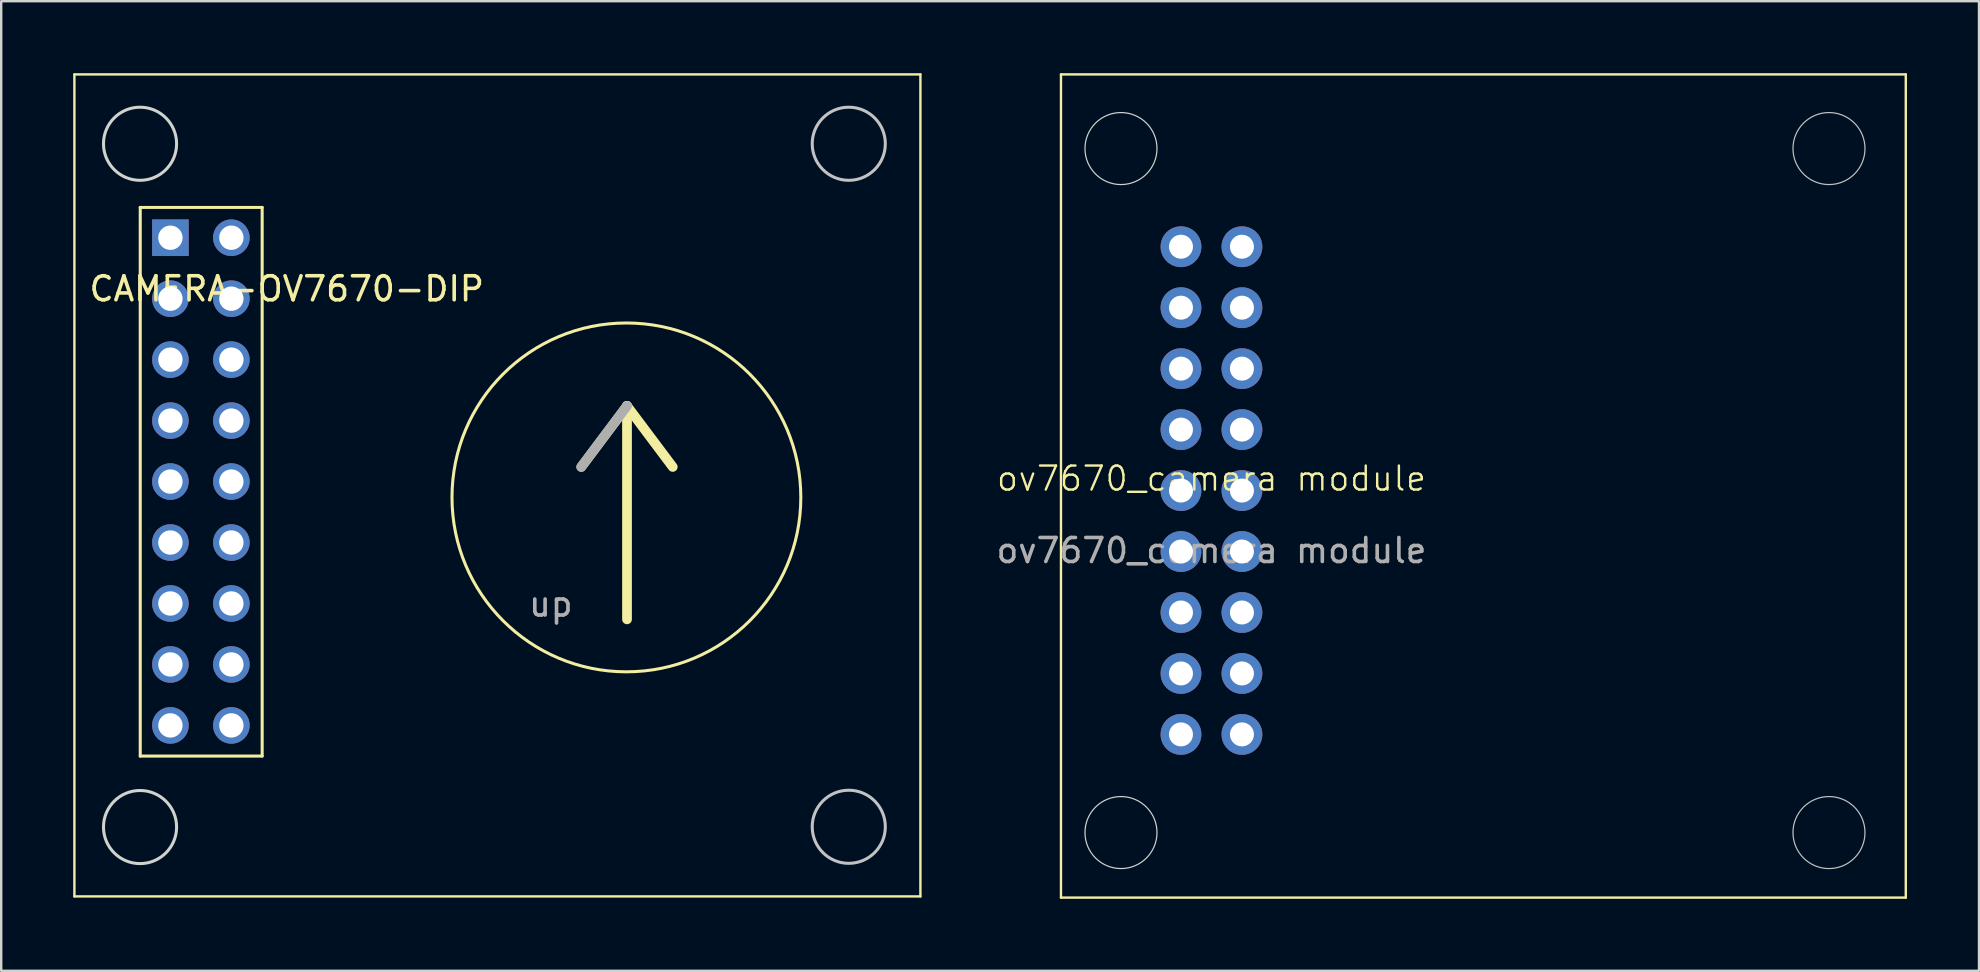
<source format=kicad_pcb>
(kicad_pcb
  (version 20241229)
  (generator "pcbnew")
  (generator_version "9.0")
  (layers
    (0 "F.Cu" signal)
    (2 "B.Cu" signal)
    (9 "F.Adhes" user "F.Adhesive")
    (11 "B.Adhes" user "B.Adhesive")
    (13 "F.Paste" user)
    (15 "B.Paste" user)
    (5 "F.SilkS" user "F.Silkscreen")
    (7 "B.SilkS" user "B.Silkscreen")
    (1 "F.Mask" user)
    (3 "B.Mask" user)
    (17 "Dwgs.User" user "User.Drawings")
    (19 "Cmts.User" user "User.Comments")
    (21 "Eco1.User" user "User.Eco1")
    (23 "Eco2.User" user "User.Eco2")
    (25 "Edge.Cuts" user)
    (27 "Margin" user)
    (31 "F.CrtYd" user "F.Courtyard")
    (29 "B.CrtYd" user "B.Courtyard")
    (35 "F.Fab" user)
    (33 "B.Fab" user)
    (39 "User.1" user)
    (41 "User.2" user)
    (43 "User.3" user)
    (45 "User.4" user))
  (footprint "CAMERA-OV7670-DIP"
    (layer "F.Cu")
    (at 17.55 17.175)
    (property "Reference" "CAMERA-OV7670-DIP" (at -8.652 -8.19 180) (layer "F.SilkS") (effects (font (size 1 1) (thickness 0.15))))
    (attr through_hole)
    (fp_line (start -17.5 -17.125) (end -17.5 17.125) (stroke (width 0.1) (type default)) (layer "F.SilkS"))
    (fp_line (start -17.5 -17.125) (end 17.75 -17.125) (stroke (width 0.1) (type default)) (layer "F.SilkS"))
    (fp_line (start -17.5 17.125) (end 17.75 17.125) (stroke (width 0.1) (type default)) (layer "F.SilkS"))
    (fp_line (start -14.757 -11.582) (end -14.757 11.278) (stroke (width 0.127) (type solid)) (layer "F.SilkS"))
    (fp_line (start -14.757 -11.582) (end -9.677 -11.582) (stroke (width 0.127) (type solid)) (layer "F.SilkS"))
    (fp_line (start -14.757 11.278) (end -9.677 11.278) (stroke (width 0.127) (type solid)) (layer "F.SilkS"))
    (fp_line (start -9.677 -11.582) (end -9.677 11.278) (stroke (width 0.127) (type solid)) (layer "F.SilkS"))
    (fp_line (start 3.62 -0.77) (end 5.525 -3.31) (stroke (width 0.406) (type solid)) (layer "F.SilkS"))
    (fp_line (start 5.525 -3.31) (end 7.43 -0.77) (stroke (width 0.406) (type solid)) (layer "F.SilkS"))
    (fp_line (start 5.525 5.58) (end 5.525 -3.31) (stroke (width 0.406) (type solid)) (layer "F.SilkS"))
    (fp_line (start 17.75 17.125) (end 17.75 -17.125) (stroke (width 0.1) (type default)) (layer "F.SilkS"))
    (fp_circle (center 5.5 0.5) (end 12.75 0) (stroke (width 0.127) (type solid)) (fill no) (layer "F.SilkS"))
    (fp_circle (center 14.765 -14.235) (end 16.288 -14.235) (stroke (width 0.127) (type solid)) (fill no) (layer "Dwgs.User"))
    (fp_circle (center 14.765 14.224) (end 16.288 14.224) (stroke (width 0.127) (type solid)) (fill no) (layer "Dwgs.User"))
    (fp_circle (center -14.765 -14.235) (end -13.242 -14.235) (stroke (width 0.127) (type solid)) (fill no) (layer "Edge.Cuts"))
    (fp_circle (center -14.765 14.235) (end -13.242 14.235) (stroke (width 0.127) (type solid)) (fill no) (layer "Edge.Cuts"))
    (fp_line (start 5.525 -3.31) (end 3.62 -0.77) (stroke (width 0.406) (type solid)) (layer "F.Fab"))
    (fp_text user "up" (at 2.35 4.945 0) (layer "F.Fab") (effects (font (size 1 1) (thickness 0.15))))
    (pad "1" thru_hole circle (at -13.5 10) (size 1.524 1.524) (drill 1.016) (layers "*.Cu" "*.Mask"))
    (pad "2" thru_hole circle (at -13.5 7.46) (size 1.524 1.524) (drill 1.016) (layers "*.Cu" "*.Mask"))
    (pad "3" thru_hole circle (at -13.5 4.92) (size 1.524 1.524) (drill 1.016) (layers "*.Cu" "*.Mask"))
    (pad "4" thru_hole circle (at -13.5 2.38) (size 1.524 1.524) (drill 1.016) (layers "*.Cu" "*.Mask"))
    (pad "5" thru_hole circle (at -13.5 -0.16) (size 1.524 1.524) (drill 1.016) (layers "*.Cu" "*.Mask"))
    (pad "6" thru_hole circle (at -13.5 -2.7) (size 1.524 1.524) (drill 1.016) (layers "*.Cu" "*.Mask"))
    (pad "7" thru_hole circle (at -13.5 -5.24) (size 1.524 1.524) (drill 1.016) (layers "*.Cu" "*.Mask"))
    (pad "8" thru_hole circle (at -13.5 -7.78) (size 1.524 1.524) (drill 1.016) (layers "*.Cu" "*.Mask"))
    (pad "9" thru_hole rect (at -13.5 -10.32) (size 1.524 1.524) (drill 1.016) (layers "*.Cu" "*.Mask"))
    (pad "10" thru_hole circle (at -10.96 -10.32) (size 1.524 1.524) (drill 1.016) (layers "*.Cu" "*.Mask"))
    (pad "11" thru_hole circle (at -10.96 -7.78) (size 1.524 1.524) (drill 1.016) (layers "*.Cu" "*.Mask"))
    (pad "12" thru_hole circle (at -10.96 -5.24) (size 1.524 1.524) (drill 1.016) (layers "*.Cu" "*.Mask"))
    (pad "13" thru_hole circle (at -10.96 -2.7) (size 1.524 1.524) (drill 1.016) (layers "*.Cu" "*.Mask"))
    (pad "14" thru_hole circle (at -10.96 -0.16) (size 1.524 1.524) (drill 1.016) (layers "*.Cu" "*.Mask"))
    (pad "15" thru_hole circle (at -10.96 2.38) (size 1.524 1.524) (drill 1.016) (layers "*.Cu" "*.Mask"))
    (pad "16" thru_hole circle (at -10.96 4.92) (size 1.524 1.524) (drill 1.016) (layers "*.Cu" "*.Mask"))
    (pad "17" thru_hole circle (at -10.96 7.46) (size 1.524 1.524) (drill 1.016) (layers "*.Cu" "*.Mask"))
    (pad "18" thru_hole circle (at -10.96 10) (size 1.524 1.524) (drill 1.016) (layers "*.Cu" "*.Mask")))
  (footprint "ov7670_camera module"
    (layer "F.Cu")
    (at 47.427 17.39)
    (property "Reference" "ov7670_camera module" (at 0 -0.5 0) (unlocked yes) (layer "F.SilkS") (effects (font (size 1 1) (thickness 0.1))))
    (attr smd)
    (fp_line (start -6.27 16.96) (end -6.27 -17.34) (stroke (width 0.1) (type default)) (layer "F.SilkS"))
    (fp_line (start -6.27 16.96) (end 28.93 16.96) (stroke (width 0.1) (type default)) (layer "F.SilkS"))
    (fp_line (start 28.93 -17.34) (end -6.27 -17.34) (stroke (width 0.1) (type default)) (layer "F.SilkS"))
    (fp_line (start 28.93 16.96) (end 28.93 -17.34) (stroke (width 0.1) (type default)) (layer "F.SilkS"))
    (fp_circle (center 25.73 -14.25) (end 27.23 -14.25) (stroke (width 0.05) (type default)) (fill no) (layer "Dwgs.User"))
    (fp_circle (center 25.73 14.25) (end 27.23 14.25) (stroke (width 0.05) (type default)) (fill no) (layer "Dwgs.User"))
    (fp_circle (center -3.77 -14.25) (end -2.27 -14.25) (stroke (width 0.05) (type default)) (fill no) (layer "Edge.Cuts"))
    (fp_circle (center -3.77 14.25) (end -2.27 14.25) (stroke (width 0.05) (type default)) (fill no) (layer "Edge.Cuts"))
    (fp_text user "${REFERENCE}" (at 0 2.5 0) (unlocked yes) (layer "F.Fab") (effects (font (size 1 1) (thickness 0.15))))
    (pad "1" thru_hole circle (at -1.27 10.16) (size 1.7 1.7) (drill 1) (layers "*.Cu" "*.Mask"))
    (pad "2" thru_hole circle (at -1.27 7.62) (size 1.7 1.7) (drill 1) (layers "*.Cu" "*.Mask"))
    (pad "3" thru_hole circle (at -1.27 5.08) (size 1.7 1.7) (drill 1) (layers "*.Cu" "*.Mask"))
    (pad "4" thru_hole circle (at -1.27 2.54) (size 1.7 1.7) (drill 1) (layers "*.Cu" "*.Mask"))
    (pad "5" thru_hole circle (at -1.27 0) (size 1.7 1.7) (drill 1) (layers "*.Cu" "*.Mask"))
    (pad "6" thru_hole circle (at -1.27 -2.54) (size 1.7 1.7) (drill 1) (layers "*.Cu" "*.Mask"))
    (pad "7" thru_hole circle (at -1.27 -5.08) (size 1.7 1.7) (drill 1) (layers "*.Cu" "*.Mask"))
    (pad "8" thru_hole circle (at -1.27 -7.62) (size 1.7 1.7) (drill 1) (layers "*.Cu" "*.Mask"))
    (pad "9" thru_hole circle (at -1.27 -10.16) (size 1.7 1.7) (drill 1) (layers "*.Cu" "*.Mask"))
    (pad "10" thru_hole circle (at 1.27 -10.16) (size 1.7 1.7) (drill 1) (layers "*.Cu" "*.Mask"))
    (pad "11" thru_hole circle (at 1.27 -7.62) (size 1.7 1.7) (drill 1) (layers "*.Cu" "*.Mask"))
    (pad "12" thru_hole circle (at 1.27 -5.08) (size 1.7 1.7) (drill 1) (layers "*.Cu" "*.Mask"))
    (pad "13" thru_hole circle (at 1.27 -2.54) (size 1.7 1.7) (drill 1) (layers "*.Cu" "*.Mask"))
    (pad "14" thru_hole circle (at 1.27 0) (size 1.7 1.7) (drill 1) (layers "*.Cu" "*.Mask"))
    (pad "15" thru_hole circle (at 1.27 2.54) (size 1.7 1.7) (drill 1) (layers "*.Cu" "*.Mask"))
    (pad "16" thru_hole circle (at 1.27 5.08) (size 1.7 1.7) (drill 1) (layers "*.Cu" "*.Mask"))
    (pad "17" thru_hole circle (at 1.27 7.62) (size 1.7 1.7) (drill 1) (layers "*.Cu" "*.Mask"))
    (pad "18" thru_hole circle (at 1.27 10.16) (size 1.7 1.7) (drill 1) (layers "*.Cu" "*.Mask")))
  (gr_rect
    (start -3 -3)
    (end 79.407 37.4)
    (stroke (width 0.1) (type default))
    (fill no)
    (layer "Edge.Cuts")))
</source>
